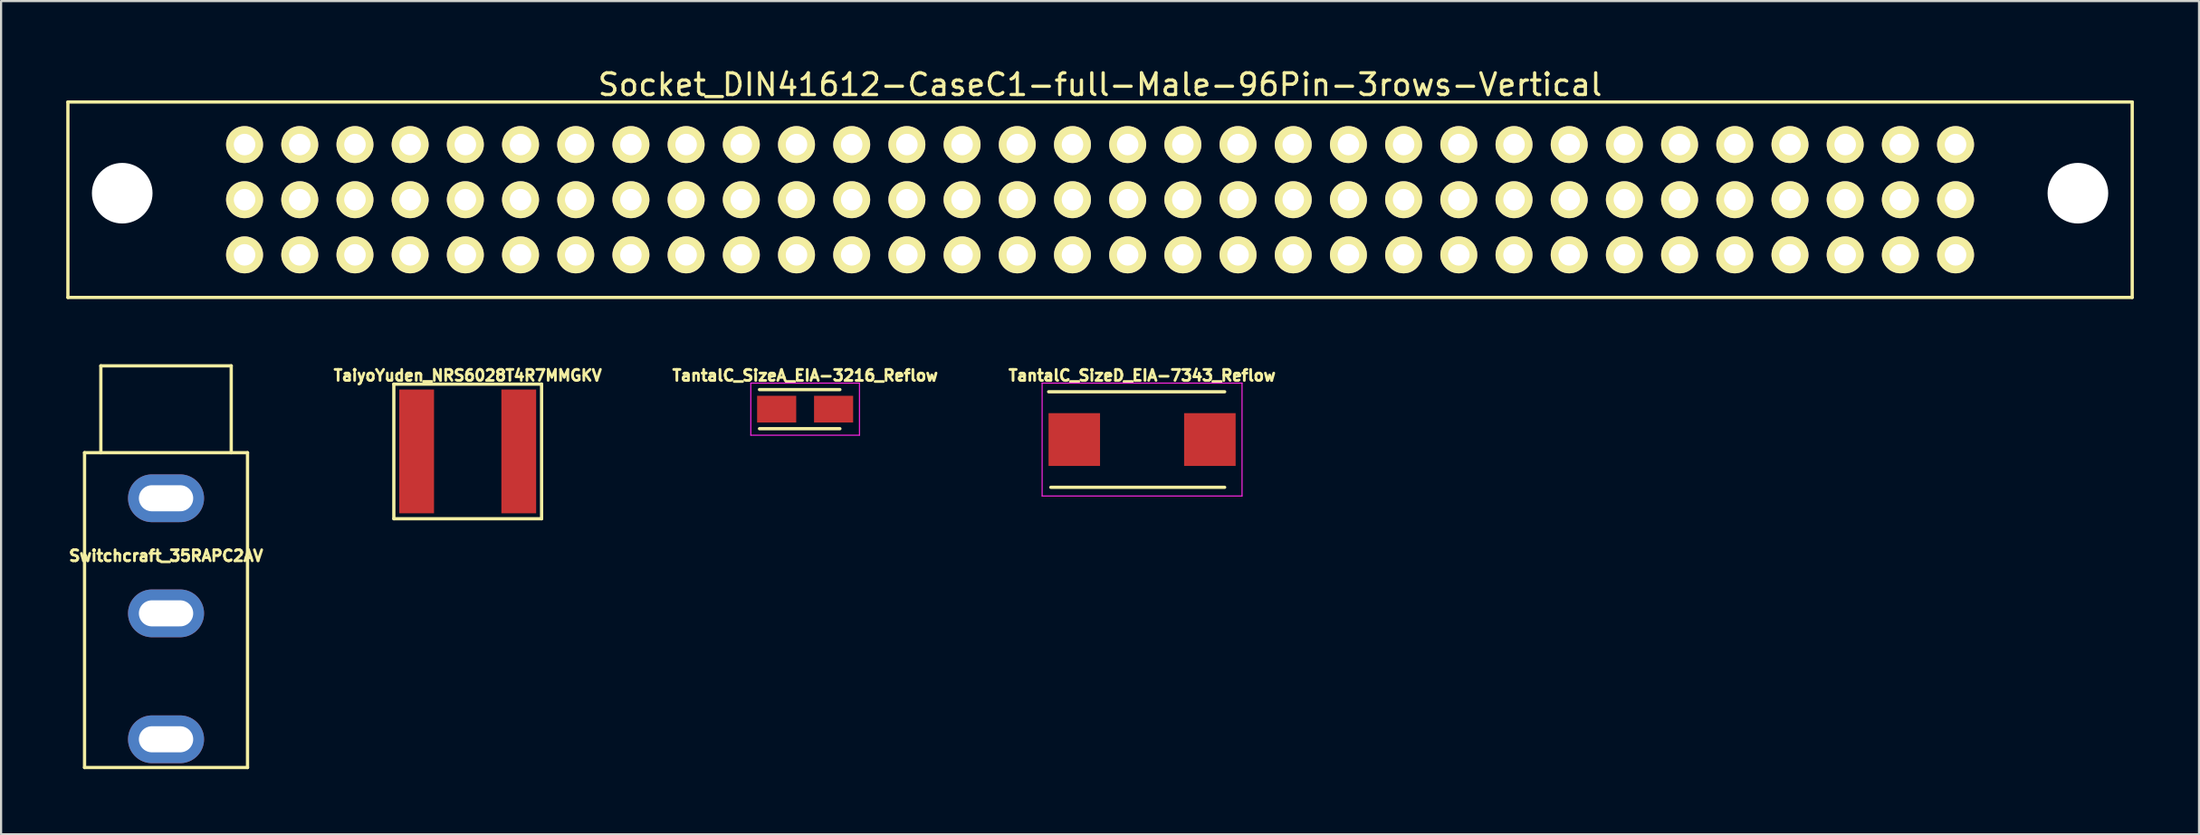
<source format=kicad_pcb>
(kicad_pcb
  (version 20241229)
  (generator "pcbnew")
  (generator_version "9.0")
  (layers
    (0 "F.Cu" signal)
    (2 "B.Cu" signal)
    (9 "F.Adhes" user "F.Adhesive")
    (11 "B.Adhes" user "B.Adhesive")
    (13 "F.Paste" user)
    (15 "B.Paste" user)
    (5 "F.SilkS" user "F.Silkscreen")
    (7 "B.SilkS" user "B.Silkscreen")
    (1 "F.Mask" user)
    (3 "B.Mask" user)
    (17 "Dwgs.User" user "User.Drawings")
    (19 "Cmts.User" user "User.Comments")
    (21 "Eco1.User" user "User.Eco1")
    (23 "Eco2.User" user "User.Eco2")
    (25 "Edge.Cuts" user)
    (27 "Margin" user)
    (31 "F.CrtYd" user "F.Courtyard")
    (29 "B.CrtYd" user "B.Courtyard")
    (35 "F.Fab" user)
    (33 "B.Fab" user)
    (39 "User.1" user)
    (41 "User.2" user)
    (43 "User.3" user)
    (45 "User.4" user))
  (footprint "TantalC_SizeD_EIA-7343_Reflow"
    (layer "F.Cu")
    (at 49.509 17.193)
    (property "Reference" "TantalC_SizeD_EIA-7343_Reflow" (at 0 -2.95 0) (layer "F.SilkS") (effects (font (size 0.508 0.508) (thickness 0.127))))
    (attr smd)
    (fp_line (start -4.2 2.2) (end 3.8 2.2) (stroke (width 0.15) (type solid)) (layer "F.SilkS"))
    (fp_line (start 3.8 -2.2) (end -4.3 -2.2) (stroke (width 0.15) (type solid)) (layer "F.SilkS"))
    (fp_line (start -4.6 -2.6) (end -4.6 2.6) (stroke (width 0.05) (type solid)) (layer "F.CrtYd"))
    (fp_line (start -4.6 2.6) (end 4.6 2.6) (stroke (width 0.05) (type solid)) (layer "F.CrtYd"))
    (fp_line (start 4.6 -2.6) (end -4.6 -2.6) (stroke (width 0.05) (type solid)) (layer "F.CrtYd"))
    (fp_line (start 4.6 2.6) (end 4.6 -2.6) (stroke (width 0.05) (type solid)) (layer "F.CrtYd"))
    (pad "1" smd rect (at -3.12 0) (size 2.37 2.43) (layers "F.Cu" "F.Mask" "F.Paste"))
    (pad "2" smd rect (at 3.12 0) (size 2.37 2.43) (layers "F.Cu" "F.Mask" "F.Paste")))
  (footprint "TantalC_SizeA_EIA-3216_Reflow"
    (layer "F.Cu")
    (at 34.002 15.793)
    (property "Reference" "TantalC_SizeA_EIA-3216_Reflow" (at 0 -1.55 0) (layer "F.SilkS") (effects (font (size 0.508 0.508) (thickness 0.127))))
    (attr smd)
    (fp_line (start 1.6 -0.9) (end -2.1 -0.9) (stroke (width 0.15) (type solid)) (layer "F.SilkS"))
    (fp_line (start 1.6 0.9) (end -2.1 0.9) (stroke (width 0.15) (type solid)) (layer "F.SilkS"))
    (fp_line (start -2.5 -1.2) (end -2.5 1.2) (stroke (width 0.05) (type solid)) (layer "F.CrtYd"))
    (fp_line (start -2.5 1.2) (end 2.5 1.2) (stroke (width 0.05) (type solid)) (layer "F.CrtYd"))
    (fp_line (start 2.5 -1.2) (end -2.5 -1.2) (stroke (width 0.05) (type solid)) (layer "F.CrtYd"))
    (fp_line (start 2.5 1.2) (end 2.5 -1.2) (stroke (width 0.05) (type solid)) (layer "F.CrtYd"))
    (pad "1" smd rect (at -1.31 0) (size 1.8 1.23) (layers "F.Cu" "F.Mask" "F.Paste"))
    (pad "2" smd rect (at 1.31 0) (size 1.8 1.23) (layers "F.Cu" "F.Mask" "F.Paste")))
  (footprint "Socket_DIN41612-CaseC1-full-Male-96Pin-3rows-Vertical"
    (layer "F.Cu")
    (at 47.575 6.148)
    (property "Reference" "Socket_DIN41612-CaseC1-full-Male-96Pin-3rows-Vertical" (at 0 -5.3 0) (layer "F.SilkS") (effects (font (size 1 1) (thickness 0.15))))
    (attr through_hole)
    (fp_line (start -47.5 -4.5) (end -47.5 4.5) (stroke (width 0.15) (type solid)) (layer "F.SilkS"))
    (fp_line (start -47.5 -4.5) (end 47.5 -4.5) (stroke (width 0.15) (type solid)) (layer "F.SilkS"))
    (fp_line (start -47.5 4.5) (end 47.5 4.5) (stroke (width 0.15) (type solid)) (layer "F.SilkS"))
    (fp_line (start 47.5 -4.5) (end 47.5 4.5) (stroke (width 0.15) (type solid)) (layer "F.SilkS"))
    (pad "" np_thru_hole circle (at -45 -0.3) (size 2.79 2.79) (drill 2.79) (layers "*.Cu" "*.Mask"))
    (pad "" np_thru_hole circle (at 45 -0.3) (size 2.79 2.79) (drill 2.79) (layers "*.Cu" "*.Mask"))
    (pad "A1" thru_hole circle (at 39.37 -2.54 180) (size 1.7 1.7) (drill 0.99) (layers "*.Cu" "*.Mask" "F.SilkS"))
    (pad "A2" thru_hole circle (at 36.83 -2.54 180) (size 1.7 1.7) (drill 0.99) (layers "*.Cu" "*.Mask" "F.SilkS"))
    (pad "A3" thru_hole circle (at 34.29 -2.54 180) (size 1.7 1.7) (drill 0.99) (layers "*.Cu" "*.Mask" "F.SilkS"))
    (pad "A4" thru_hole circle (at 31.75 -2.54 180) (size 1.7 1.7) (drill 0.99) (layers "*.Cu" "*.Mask" "F.SilkS"))
    (pad "A5" thru_hole circle (at 29.21 -2.54 180) (size 1.7 1.7) (drill 0.99) (layers "*.Cu" "*.Mask" "F.SilkS"))
    (pad "A6" thru_hole circle (at 26.67 -2.54 180) (size 1.7 1.7) (drill 0.99) (layers "*.Cu" "*.Mask" "F.SilkS"))
    (pad "A7" thru_hole circle (at 24.13 -2.54 180) (size 1.7 1.7) (drill 0.99) (layers "*.Cu" "*.Mask" "F.SilkS"))
    (pad "A8" thru_hole circle (at 21.59 -2.54 180) (size 1.7 1.7) (drill 0.99) (layers "*.Cu" "*.Mask" "F.SilkS"))
    (pad "A9" thru_hole circle (at 19.05 -2.54 180) (size 1.7 1.7) (drill 0.99) (layers "*.Cu" "*.Mask" "F.SilkS"))
    (pad "A10" thru_hole circle (at 16.51 -2.54 180) (size 1.7 1.7) (drill 0.99) (layers "*.Cu" "*.Mask" "F.SilkS"))
    (pad "A11" thru_hole circle (at 13.97 -2.54 180) (size 1.7 1.7) (drill 0.99) (layers "*.Cu" "*.Mask" "F.SilkS"))
    (pad "A12" thru_hole circle (at 11.43 -2.54 180) (size 1.7 1.7) (drill 0.99) (layers "*.Cu" "*.Mask" "F.SilkS"))
    (pad "A13" thru_hole circle (at 8.89 -2.54 180) (size 1.7 1.7) (drill 0.99) (layers "*.Cu" "*.Mask" "F.SilkS"))
    (pad "A14" thru_hole circle (at 6.35 -2.54 180) (size 1.7 1.7) (drill 0.99) (layers "*.Cu" "*.Mask" "F.SilkS"))
    (pad "A15" thru_hole circle (at 3.81 -2.54 180) (size 1.7 1.7) (drill 0.99) (layers "*.Cu" "*.Mask" "F.SilkS"))
    (pad "A16" thru_hole circle (at 1.27 -2.54 180) (size 1.7 1.7) (drill 0.99) (layers "*.Cu" "*.Mask" "F.SilkS"))
    (pad "A17" thru_hole circle (at -1.27 -2.54 180) (size 1.7 1.7) (drill 0.99) (layers "*.Cu" "*.Mask" "F.SilkS"))
    (pad "A18" thru_hole circle (at -3.81 -2.54 180) (size 1.7 1.7) (drill 0.99) (layers "*.Cu" "*.Mask" "F.SilkS"))
    (pad "A19" thru_hole circle (at -6.35 -2.54 180) (size 1.7 1.7) (drill 0.99) (layers "*.Cu" "*.Mask" "F.SilkS"))
    (pad "A20" thru_hole circle (at -8.89 -2.54 180) (size 1.7 1.7) (drill 0.99) (layers "*.Cu" "*.Mask" "F.SilkS"))
    (pad "A21" thru_hole circle (at -11.43 -2.54 180) (size 1.7 1.7) (drill 0.99) (layers "*.Cu" "*.Mask" "F.SilkS"))
    (pad "A22" thru_hole circle (at -13.97 -2.54 180) (size 1.7 1.7) (drill 0.99) (layers "*.Cu" "*.Mask" "F.SilkS"))
    (pad "A23" thru_hole circle (at -16.51 -2.54 180) (size 1.7 1.7) (drill 0.99) (layers "*.Cu" "*.Mask" "F.SilkS"))
    (pad "A24" thru_hole circle (at -19.05 -2.54 180) (size 1.7 1.7) (drill 0.99) (layers "*.Cu" "*.Mask" "F.SilkS"))
    (pad "A25" thru_hole circle (at -21.59 -2.54 180) (size 1.7 1.7) (drill 0.99) (layers "*.Cu" "*.Mask" "F.SilkS"))
    (pad "A26" thru_hole circle (at -24.13 -2.54 180) (size 1.7 1.7) (drill 0.99) (layers "*.Cu" "*.Mask" "F.SilkS"))
    (pad "A27" thru_hole circle (at -26.67 -2.54 180) (size 1.7 1.7) (drill 0.99) (layers "*.Cu" "*.Mask" "F.SilkS"))
    (pad "A28" thru_hole circle (at -29.21 -2.54 180) (size 1.7 1.7) (drill 0.99) (layers "*.Cu" "*.Mask" "F.SilkS"))
    (pad "A29" thru_hole circle (at -31.75 -2.54 180) (size 1.7 1.7) (drill 0.99) (layers "*.Cu" "*.Mask" "F.SilkS"))
    (pad "A30" thru_hole circle (at -34.29 -2.54 180) (size 1.7 1.7) (drill 0.99) (layers "*.Cu" "*.Mask" "F.SilkS"))
    (pad "A31" thru_hole circle (at -36.83 -2.54 180) (size 1.7 1.7) (drill 0.99) (layers "*.Cu" "*.Mask" "F.SilkS"))
    (pad "A32" thru_hole circle (at -39.37 -2.54 180) (size 1.7 1.7) (drill 0.99) (layers "*.Cu" "*.Mask" "F.SilkS"))
    (pad "B1" thru_hole circle (at 39.37 0 180) (size 1.7 1.7) (drill 0.99) (layers "*.Cu" "*.Mask" "F.SilkS"))
    (pad "B2" thru_hole circle (at 36.83 0 180) (size 1.7 1.7) (drill 0.99) (layers "*.Cu" "*.Mask" "F.SilkS"))
    (pad "B3" thru_hole circle (at 34.29 0 180) (size 1.7 1.7) (drill 0.99) (layers "*.Cu" "*.Mask" "F.SilkS"))
    (pad "B4" thru_hole circle (at 31.75 0 180) (size 1.7 1.7) (drill 0.99) (layers "*.Cu" "*.Mask" "F.SilkS"))
    (pad "B5" thru_hole circle (at 29.21 0 180) (size 1.7 1.7) (drill 0.99) (layers "*.Cu" "*.Mask" "F.SilkS"))
    (pad "B6" thru_hole circle (at 26.67 0 180) (size 1.7 1.7) (drill 0.99) (layers "*.Cu" "*.Mask" "F.SilkS"))
    (pad "B7" thru_hole circle (at 24.13 0 180) (size 1.7 1.7) (drill 0.99) (layers "*.Cu" "*.Mask" "F.SilkS"))
    (pad "B8" thru_hole circle (at 21.59 0 180) (size 1.7 1.7) (drill 0.99) (layers "*.Cu" "*.Mask" "F.SilkS"))
    (pad "B9" thru_hole circle (at 19.05 0 180) (size 1.7 1.7) (drill 0.99) (layers "*.Cu" "*.Mask" "F.SilkS"))
    (pad "B10" thru_hole circle (at 16.51 0 180) (size 1.7 1.7) (drill 0.99) (layers "*.Cu" "*.Mask" "F.SilkS"))
    (pad "B11" thru_hole circle (at 13.97 0 180) (size 1.7 1.7) (drill 0.99) (layers "*.Cu" "*.Mask" "F.SilkS"))
    (pad "B12" thru_hole circle (at 11.43 0 180) (size 1.7 1.7) (drill 0.99) (layers "*.Cu" "*.Mask" "F.SilkS"))
    (pad "B13" thru_hole circle (at 8.89 0 180) (size 1.7 1.7) (drill 0.99) (layers "*.Cu" "*.Mask" "F.SilkS"))
    (pad "B14" thru_hole circle (at 6.35 0 180) (size 1.7 1.7) (drill 0.99) (layers "*.Cu" "*.Mask" "F.SilkS"))
    (pad "B15" thru_hole circle (at 3.81 0 180) (size 1.7 1.7) (drill 0.99) (layers "*.Cu" "*.Mask" "F.SilkS"))
    (pad "B16" thru_hole circle (at 1.27 0 180) (size 1.7 1.7) (drill 0.99) (layers "*.Cu" "*.Mask" "F.SilkS"))
    (pad "B17" thru_hole circle (at -1.27 0 180) (size 1.7 1.7) (drill 0.99) (layers "*.Cu" "*.Mask" "F.SilkS"))
    (pad "B18" thru_hole circle (at -3.81 0 180) (size 1.7 1.7) (drill 0.99) (layers "*.Cu" "*.Mask" "F.SilkS"))
    (pad "B19" thru_hole circle (at -6.35 0 180) (size 1.7 1.7) (drill 0.99) (layers "*.Cu" "*.Mask" "F.SilkS"))
    (pad "B20" thru_hole circle (at -8.89 0 180) (size 1.7 1.7) (drill 0.99) (layers "*.Cu" "*.Mask" "F.SilkS"))
    (pad "B21" thru_hole circle (at -11.43 0 180) (size 1.7 1.7) (drill 0.99) (layers "*.Cu" "*.Mask" "F.SilkS"))
    (pad "B22" thru_hole circle (at -13.97 0 180) (size 1.7 1.7) (drill 0.99) (layers "*.Cu" "*.Mask" "F.SilkS"))
    (pad "B23" thru_hole circle (at -16.51 0 180) (size 1.7 1.7) (drill 0.99) (layers "*.Cu" "*.Mask" "F.SilkS"))
    (pad "B24" thru_hole circle (at -19.05 0 180) (size 1.7 1.7) (drill 0.99) (layers "*.Cu" "*.Mask" "F.SilkS"))
    (pad "B25" thru_hole circle (at -21.59 0 180) (size 1.7 1.7) (drill 0.99) (layers "*.Cu" "*.Mask" "F.SilkS"))
    (pad "B26" thru_hole circle (at -24.13 0 180) (size 1.7 1.7) (drill 0.99) (layers "*.Cu" "*.Mask" "F.SilkS"))
    (pad "B27" thru_hole circle (at -26.67 0 180) (size 1.7 1.7) (drill 0.99) (layers "*.Cu" "*.Mask" "F.SilkS"))
    (pad "B28" thru_hole circle (at -29.21 0 180) (size 1.7 1.7) (drill 0.99) (layers "*.Cu" "*.Mask" "F.SilkS"))
    (pad "B29" thru_hole circle (at -31.75 0 180) (size 1.7 1.7) (drill 0.99) (layers "*.Cu" "*.Mask" "F.SilkS"))
    (pad "B30" thru_hole circle (at -34.29 0 180) (size 1.7 1.7) (drill 0.99) (layers "*.Cu" "*.Mask" "F.SilkS"))
    (pad "B31" thru_hole circle (at -36.83 0 180) (size 1.7 1.7) (drill 0.99) (layers "*.Cu" "*.Mask" "F.SilkS"))
    (pad "B32" thru_hole circle (at -39.37 0 180) (size 1.7 1.7) (drill 0.99) (layers "*.Cu" "*.Mask" "F.SilkS"))
    (pad "C1" thru_hole circle (at 39.37 2.54 180) (size 1.7 1.7) (drill 0.99) (layers "*.Cu" "*.Mask" "F.SilkS"))
    (pad "C2" thru_hole circle (at 36.83 2.54 180) (size 1.7 1.7) (drill 0.99) (layers "*.Cu" "*.Mask" "F.SilkS"))
    (pad "C3" thru_hole circle (at 34.29 2.54 180) (size 1.7 1.7) (drill 0.99) (layers "*.Cu" "*.Mask" "F.SilkS"))
    (pad "C4" thru_hole circle (at 31.75 2.54 180) (size 1.7 1.7) (drill 0.99) (layers "*.Cu" "*.Mask" "F.SilkS"))
    (pad "C5" thru_hole circle (at 29.21 2.54 180) (size 1.7 1.7) (drill 0.99) (layers "*.Cu" "*.Mask" "F.SilkS"))
    (pad "C6" thru_hole circle (at 26.67 2.54 180) (size 1.7 1.7) (drill 0.99) (layers "*.Cu" "*.Mask" "F.SilkS"))
    (pad "C7" thru_hole circle (at 24.13 2.54 180) (size 1.7 1.7) (drill 0.99) (layers "*.Cu" "*.Mask" "F.SilkS"))
    (pad "C8" thru_hole circle (at 21.59 2.54 180) (size 1.7 1.7) (drill 0.99) (layers "*.Cu" "*.Mask" "F.SilkS"))
    (pad "C9" thru_hole circle (at 19.05 2.54 180) (size 1.7 1.7) (drill 0.99) (layers "*.Cu" "*.Mask" "F.SilkS"))
    (pad "C10" thru_hole circle (at 16.51 2.54 180) (size 1.7 1.7) (drill 0.99) (layers "*.Cu" "*.Mask" "F.SilkS"))
    (pad "C11" thru_hole circle (at 13.97 2.54 180) (size 1.7 1.7) (drill 0.99) (layers "*.Cu" "*.Mask" "F.SilkS"))
    (pad "C12" thru_hole circle (at 11.43 2.54 180) (size 1.7 1.7) (drill 0.99) (layers "*.Cu" "*.Mask" "F.SilkS"))
    (pad "C13" thru_hole circle (at 8.89 2.54 180) (size 1.7 1.7) (drill 0.99) (layers "*.Cu" "*.Mask" "F.SilkS"))
    (pad "C14" thru_hole circle (at 6.35 2.54 180) (size 1.7 1.7) (drill 0.99) (layers "*.Cu" "*.Mask" "F.SilkS"))
    (pad "C15" thru_hole circle (at 3.81 2.54 180) (size 1.7 1.7) (drill 0.99) (layers "*.Cu" "*.Mask" "F.SilkS"))
    (pad "C16" thru_hole circle (at 1.27 2.54 180) (size 1.7 1.7) (drill 0.99) (layers "*.Cu" "*.Mask" "F.SilkS"))
    (pad "C17" thru_hole circle (at -1.27 2.54 180) (size 1.7 1.7) (drill 0.99) (layers "*.Cu" "*.Mask" "F.SilkS"))
    (pad "C18" thru_hole circle (at -3.81 2.54 180) (size 1.7 1.7) (drill 0.99) (layers "*.Cu" "*.Mask" "F.SilkS"))
    (pad "C19" thru_hole circle (at -6.35 2.54 180) (size 1.7 1.7) (drill 0.99) (layers "*.Cu" "*.Mask" "F.SilkS"))
    (pad "C20" thru_hole circle (at -8.89 2.54 180) (size 1.7 1.7) (drill 0.99) (layers "*.Cu" "*.Mask" "F.SilkS"))
    (pad "C21" thru_hole circle (at -11.43 2.54 180) (size 1.7 1.7) (drill 0.99) (layers "*.Cu" "*.Mask" "F.SilkS"))
    (pad "C22" thru_hole circle (at -13.97 2.54 180) (size 1.7 1.7) (drill 0.99) (layers "*.Cu" "*.Mask" "F.SilkS"))
    (pad "C23" thru_hole circle (at -16.51 2.54 180) (size 1.7 1.7) (drill 0.99) (layers "*.Cu" "*.Mask" "F.SilkS"))
    (pad "C24" thru_hole circle (at -19.05 2.54 180) (size 1.7 1.7) (drill 0.99) (layers "*.Cu" "*.Mask" "F.SilkS"))
    (pad "C25" thru_hole circle (at -21.59 2.54 180) (size 1.7 1.7) (drill 0.99) (layers "*.Cu" "*.Mask" "F.SilkS"))
    (pad "C26" thru_hole circle (at -24.13 2.54 180) (size 1.7 1.7) (drill 0.99) (layers "*.Cu" "*.Mask" "F.SilkS"))
    (pad "C27" thru_hole circle (at -26.67 2.54 180) (size 1.7 1.7) (drill 0.99) (layers "*.Cu" "*.Mask" "F.SilkS"))
    (pad "C28" thru_hole circle (at -29.21 2.54 180) (size 1.7 1.7) (drill 0.99) (layers "*.Cu" "*.Mask" "F.SilkS"))
    (pad "C29" thru_hole circle (at -31.75 2.54 180) (size 1.7 1.7) (drill 0.99) (layers "*.Cu" "*.Mask" "F.SilkS"))
    (pad "C30" thru_hole circle (at -34.29 2.54 180) (size 1.7 1.7) (drill 0.99) (layers "*.Cu" "*.Mask" "F.SilkS"))
    (pad "C31" thru_hole circle (at -36.83 2.54 180) (size 1.7 1.7) (drill 0.99) (layers "*.Cu" "*.Mask" "F.SilkS"))
    (pad "C32" thru_hole circle (at -39.37 2.54 180) (size 1.7 1.7) (drill 0.99) (layers "*.Cu" "*.Mask" "F.SilkS")))
  (footprint "Switchcraft_35RAPC2AV"
    (layer "F.Cu")
    (at 4.591 25.198)
    (property "Reference" "Switchcraft_35RAPC2AV" (at 0 -2.65 0) (layer "F.SilkS") (effects (font (size 0.508 0.508) (thickness 0.127))))
    (attr through_hole)
    (fp_line (start -3.75 -7.4) (end -3.75 7.1) (stroke (width 0.15) (type solid)) (layer "F.SilkS"))
    (fp_line (start -3.75 -7.4) (end 3.75 -7.4) (stroke (width 0.15) (type solid)) (layer "F.SilkS"))
    (fp_line (start -3.75 7.1) (end 3.75 7.1) (stroke (width 0.15) (type solid)) (layer "F.SilkS"))
    (fp_line (start -3 -11.4) (end -3 -7.4) (stroke (width 0.15) (type solid)) (layer "F.SilkS"))
    (fp_line (start -3 -11.4) (end 3 -11.4) (stroke (width 0.15) (type solid)) (layer "F.SilkS"))
    (fp_line (start 3 -11.4) (end 3 -7.4) (stroke (width 0.15) (type solid)) (layer "F.SilkS"))
    (fp_line (start 3.75 -7.4) (end 3.75 7.1) (stroke (width 0.15) (type solid)) (layer "F.SilkS"))
    (pad "1" thru_hole oval (at 0 -5.3) (size 3.5 2.2) (drill oval 2.5 1.2) (layers "*.Cu" "*.Mask"))
    (pad "2" thru_hole oval (at 0 0) (size 3.5 2.2) (drill oval 2.5 1.2) (layers "*.Cu" "*.Mask"))
    (pad "3" thru_hole oval (at 0 5.8) (size 3.5 2.2) (drill oval 2.5 1.2) (layers "*.Cu" "*.Mask")))
  (footprint "TaiyoYuden_NRS6028T4R7MMGKV"
    (layer "F.Cu")
    (at 18.474 17.74)
    (property "Reference" "TaiyoYuden_NRS6028T4R7MMGKV" (at 0 -3.5 0) (layer "F.SilkS") (effects (font (size 0.508 0.5) (thickness 0.125))))
    (attr through_hole)
    (fp_line (start -3.4 -3.1) (end -3.4 3.1) (stroke (width 0.15) (type solid)) (layer "F.SilkS"))
    (fp_line (start -3.4 -3.1) (end 3.4 -3.1) (stroke (width 0.15) (type solid)) (layer "F.SilkS"))
    (fp_line (start -3.4 3.1) (end 3.4 3.1) (stroke (width 0.15) (type solid)) (layer "F.SilkS"))
    (fp_line (start 3.4 3.1) (end 3.4 -3.1) (stroke (width 0.15) (type solid)) (layer "F.SilkS"))
    (pad "1" smd rect (at -2.35 0) (size 1.6 5.7) (layers "F.Cu" "F.Mask" "F.Paste"))
    (pad "2" smd rect (at 2.35 0) (size 1.6 5.7) (layers "F.Cu" "F.Mask" "F.Paste")))
  (gr_rect
    (start -3 -3)
    (end 98.15 35.373)
    (stroke (width 0.1) (type default))
    (fill no)
    (layer "Edge.Cuts")))
</source>
